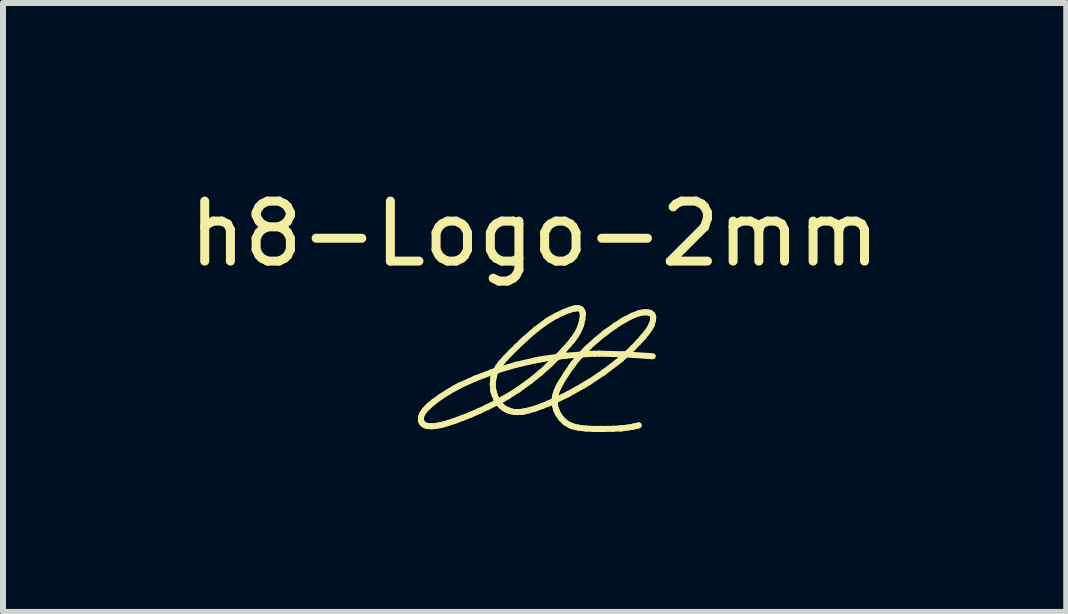
<source format=kicad_pcb>
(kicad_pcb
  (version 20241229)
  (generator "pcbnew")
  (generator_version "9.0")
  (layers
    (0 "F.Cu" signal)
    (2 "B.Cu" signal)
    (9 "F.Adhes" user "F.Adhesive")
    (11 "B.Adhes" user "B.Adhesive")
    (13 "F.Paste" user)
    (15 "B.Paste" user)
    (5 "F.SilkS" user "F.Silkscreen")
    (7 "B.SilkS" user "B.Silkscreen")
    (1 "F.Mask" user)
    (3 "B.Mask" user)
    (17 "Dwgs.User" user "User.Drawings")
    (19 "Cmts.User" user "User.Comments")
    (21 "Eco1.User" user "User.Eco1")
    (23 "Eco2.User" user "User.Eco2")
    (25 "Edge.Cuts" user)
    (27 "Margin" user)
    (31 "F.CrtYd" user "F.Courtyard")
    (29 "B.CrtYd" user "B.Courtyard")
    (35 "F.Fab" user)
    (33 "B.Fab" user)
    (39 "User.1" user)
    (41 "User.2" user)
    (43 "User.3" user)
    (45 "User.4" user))
  (footprint "h8-Logo-2mm"
    (layer "F.Cu")
    (at 5.863 2.848)
    (property "Reference" "h8-Logo-2mm" (at 0 -2 0) (layer "F.SilkS") (effects (font (size 1 1) (thickness 0.15))))
    (attr through_hole)
    (fp_line (start -1.896 1.097) (end -1.894 1.109) (stroke (width 0.1) (type solid)) (layer "F.SilkS"))
    (fp_line (start -1.894 1.057) (end -1.896 1.097) (stroke (width 0.1) (type solid)) (layer "F.SilkS"))
    (fp_line (start -1.894 1.109) (end -1.892 1.116) (stroke (width 0.1) (type solid)) (layer "F.SilkS"))
    (fp_line (start -1.892 1.116) (end -1.886 1.135) (stroke (width 0.1) (type solid)) (layer "F.SilkS"))
    (fp_line (start -1.886 1.135) (end -1.872 1.159) (stroke (width 0.1) (type solid)) (layer "F.SilkS"))
    (fp_line (start -1.875 1.002) (end -1.894 1.057) (stroke (width 0.1) (type solid)) (layer "F.SilkS"))
    (fp_line (start -1.872 1.159) (end -1.849 1.18) (stroke (width 0.1) (type solid)) (layer "F.SilkS"))
    (fp_line (start -1.849 1.18) (end -1.817 1.196) (stroke (width 0.1) (type solid)) (layer "F.SilkS"))
    (fp_line (start -1.833 0.942) (end -1.875 1.002) (stroke (width 0.1) (type solid)) (layer "F.SilkS"))
    (fp_line (start -1.817 1.196) (end -1.774 1.206) (stroke (width 0.1) (type solid)) (layer "F.SilkS"))
    (fp_line (start -1.785 0.89) (end -1.833 0.942) (stroke (width 0.1) (type solid)) (layer "F.SilkS"))
    (fp_line (start -1.774 1.206) (end -1.718 1.209) (stroke (width 0.1) (type solid)) (layer "F.SilkS"))
    (fp_line (start -1.768 0.875) (end -1.785 0.89) (stroke (width 0.1) (type solid)) (layer "F.SilkS"))
    (fp_line (start -1.747 0.855) (end -1.768 0.875) (stroke (width 0.1) (type solid)) (layer "F.SilkS"))
    (fp_line (start -1.718 1.209) (end -1.646 1.203) (stroke (width 0.1) (type solid)) (layer "F.SilkS"))
    (fp_line (start -1.679 0.799) (end -1.747 0.855) (stroke (width 0.1) (type solid)) (layer "F.SilkS"))
    (fp_line (start -1.646 1.203) (end -1.581 1.191) (stroke (width 0.1) (type solid)) (layer "F.SilkS"))
    (fp_line (start -1.581 1.191) (end -1.559 1.186) (stroke (width 0.1) (type solid)) (layer "F.SilkS"))
    (fp_line (start -1.568 0.718) (end -1.679 0.799) (stroke (width 0.1) (type solid)) (layer "F.SilkS"))
    (fp_line (start -1.559 1.186) (end -1.532 1.18) (stroke (width 0.1) (type solid)) (layer "F.SilkS"))
    (fp_line (start -1.532 1.18) (end -1.454 1.158) (stroke (width 0.1) (type solid)) (layer "F.SilkS"))
    (fp_line (start -1.454 1.158) (end -1.335 1.119) (stroke (width 0.1) (type solid)) (layer "F.SilkS"))
    (fp_line (start -1.44 0.636) (end -1.568 0.718) (stroke (width 0.1) (type solid)) (layer "F.SilkS"))
    (fp_line (start -1.335 0.575) (end -1.44 0.636) (stroke (width 0.1) (type solid)) (layer "F.SilkS"))
    (fp_line (start -1.335 1.119) (end -1.205 1.071) (stroke (width 0.1) (type solid)) (layer "F.SilkS"))
    (fp_line (start -1.299 0.556) (end -1.335 0.575) (stroke (width 0.1) (type solid)) (layer "F.SilkS"))
    (fp_line (start -1.251 0.53) (end -1.299 0.556) (stroke (width 0.1) (type solid)) (layer "F.SilkS"))
    (fp_line (start -1.205 1.071) (end -1.067 1.016) (stroke (width 0.1) (type solid)) (layer "F.SilkS"))
    (fp_line (start -1.067 1.016) (end -0.925 0.954) (stroke (width 0.1) (type solid)) (layer "F.SilkS"))
    (fp_line (start -0.99 0.412) (end -1.251 0.53) (stroke (width 0.1) (type solid)) (layer "F.SilkS"))
    (fp_line (start -0.925 0.954) (end -0.783 0.887) (stroke (width 0.1) (type solid)) (layer "F.SilkS"))
    (fp_line (start -0.783 0.887) (end -0.643 0.817) (stroke (width 0.1) (type solid)) (layer "F.SilkS"))
    (fp_line (start -0.713 0.307) (end -0.99 0.412) (stroke (width 0.1) (type solid)) (layer "F.SilkS"))
    (fp_line (start -0.698 0.505) (end -0.69 0.605) (stroke (width 0.1) (type solid)) (layer "F.SilkS"))
    (fp_line (start -0.69 0.605) (end -0.686 0.625) (stroke (width 0.1) (type solid)) (layer "F.SilkS"))
    (fp_line (start -0.688 0.41) (end -0.698 0.505) (stroke (width 0.1) (type solid)) (layer "F.SilkS"))
    (fp_line (start -0.686 0.625) (end -0.682 0.64) (stroke (width 0.1) (type solid)) (layer "F.SilkS"))
    (fp_line (start -0.684 0.392) (end -0.688 0.41) (stroke (width 0.1) (type solid)) (layer "F.SilkS"))
    (fp_line (start -0.682 0.64) (end -0.668 0.684) (stroke (width 0.1) (type solid)) (layer "F.SilkS"))
    (fp_line (start -0.681 0.378) (end -0.684 0.392) (stroke (width 0.1) (type solid)) (layer "F.SilkS"))
    (fp_line (start -0.67 0.338) (end -0.681 0.378) (stroke (width 0.1) (type solid)) (layer "F.SilkS"))
    (fp_line (start -0.668 0.684) (end -0.644 0.74) (stroke (width 0.1) (type solid)) (layer "F.SilkS"))
    (fp_line (start -0.656 0.288) (end -0.713 0.307) (stroke (width 0.1) (type solid)) (layer "F.SilkS"))
    (fp_line (start -0.647 0.284) (end -0.67 0.338) (stroke (width 0.1) (type solid)) (layer "F.SilkS"))
    (fp_line (start -0.644 0.74) (end -0.616 0.792) (stroke (width 0.1) (type solid)) (layer "F.SilkS"))
    (fp_line (start -0.643 0.817) (end -0.544 0.764) (stroke (width 0.1) (type solid)) (layer "F.SilkS"))
    (fp_line (start -0.616 0.792) (end -0.593 0.826) (stroke (width 0.1) (type solid)) (layer "F.SilkS"))
    (fp_line (start -0.611 0.224) (end -0.647 0.284) (stroke (width 0.1) (type solid)) (layer "F.SilkS"))
    (fp_line (start -0.6 0.269) (end -0.656 0.288) (stroke (width 0.1) (type solid)) (layer "F.SilkS"))
    (fp_line (start -0.593 0.826) (end -0.585 0.837) (stroke (width 0.1) (type solid)) (layer "F.SilkS"))
    (fp_line (start -0.585 0.837) (end -0.577 0.846) (stroke (width 0.1) (type solid)) (layer "F.SilkS"))
    (fp_line (start -0.577 0.846) (end -0.553 0.873) (stroke (width 0.1) (type solid)) (layer "F.SilkS"))
    (fp_line (start -0.572 0.171) (end -0.611 0.224) (stroke (width 0.1) (type solid)) (layer "F.SilkS"))
    (fp_line (start -0.558 0.155) (end -0.572 0.171) (stroke (width 0.1) (type solid)) (layer "F.SilkS"))
    (fp_line (start -0.553 0.873) (end -0.519 0.902) (stroke (width 0.1) (type solid)) (layer "F.SilkS"))
    (fp_line (start -0.544 0.764) (end -0.511 0.745) (stroke (width 0.1) (type solid)) (layer "F.SilkS"))
    (fp_line (start -0.541 0.133) (end -0.558 0.155) (stroke (width 0.1) (type solid)) (layer "F.SilkS"))
    (fp_line (start -0.519 0.902) (end -0.482 0.925) (stroke (width 0.1) (type solid)) (layer "F.SilkS"))
    (fp_line (start -0.511 0.745) (end -0.45 0.711) (stroke (width 0.1) (type solid)) (layer "F.SilkS"))
    (fp_line (start -0.486 0.072) (end -0.541 0.133) (stroke (width 0.1) (type solid)) (layer "F.SilkS"))
    (fp_line (start -0.482 0.925) (end -0.451 0.939) (stroke (width 0.1) (type solid)) (layer "F.SilkS"))
    (fp_line (start -0.451 0.939) (end -0.44 0.944) (stroke (width 0.1) (type solid)) (layer "F.SilkS"))
    (fp_line (start -0.45 0.711) (end -0.274 0.599) (stroke (width 0.1) (type solid)) (layer "F.SilkS"))
    (fp_line (start -0.44 0.944) (end -0.429 0.948) (stroke (width 0.1) (type solid)) (layer "F.SilkS"))
    (fp_line (start -0.429 0.948) (end -0.393 0.959) (stroke (width 0.1) (type solid)) (layer "F.SilkS"))
    (fp_line (start -0.397 -0.021) (end -0.486 0.072) (stroke (width 0.1) (type solid)) (layer "F.SilkS"))
    (fp_line (start -0.393 0.959) (end -0.339 0.97) (stroke (width 0.1) (type solid)) (layer "F.SilkS"))
    (fp_line (start -0.339 0.97) (end -0.273 0.972) (stroke (width 0.1) (type solid)) (layer "F.SilkS"))
    (fp_line (start -0.306 0.183) (end -0.6 0.269) (stroke (width 0.1) (type solid)) (layer "F.SilkS"))
    (fp_line (start -0.298 -0.119) (end -0.397 -0.021) (stroke (width 0.1) (type solid)) (layer "F.SilkS"))
    (fp_line (start -0.274 0.599) (end -0.072 0.454) (stroke (width 0.1) (type solid)) (layer "F.SilkS"))
    (fp_line (start -0.273 0.972) (end -0.214 0.968) (stroke (width 0.1) (type solid)) (layer "F.SilkS"))
    (fp_line (start -0.22 -0.193) (end -0.298 -0.119) (stroke (width 0.1) (type solid)) (layer "F.SilkS"))
    (fp_line (start -0.214 0.968) (end -0.194 0.965) (stroke (width 0.1) (type solid)) (layer "F.SilkS"))
    (fp_line (start -0.194 0.965) (end -0.171 0.961) (stroke (width 0.1) (type solid)) (layer "F.SilkS"))
    (fp_line (start -0.194 -0.218) (end -0.22 -0.193) (stroke (width 0.1) (type solid)) (layer "F.SilkS"))
    (fp_line (start -0.171 0.961) (end -0.101 0.945) (stroke (width 0.1) (type solid)) (layer "F.SilkS"))
    (fp_line (start -0.159 -0.25) (end -0.194 -0.218) (stroke (width 0.1) (type solid)) (layer "F.SilkS"))
    (fp_line (start -0.101 0.945) (end 0.007 0.914) (stroke (width 0.1) (type solid)) (layer "F.SilkS"))
    (fp_line (start -0.072 0.454) (end 0.1 0.314) (stroke (width 0.1) (type solid)) (layer "F.SilkS"))
    (fp_line (start 0.007 0.914) (end 0.128 0.87) (stroke (width 0.1) (type solid)) (layer "F.SilkS"))
    (fp_line (start 0.013 0.11) (end -0.306 0.183) (stroke (width 0.1) (type solid)) (layer "F.SilkS"))
    (fp_line (start 0.018 -0.404) (end -0.159 -0.25) (stroke (width 0.1) (type solid)) (layer "F.SilkS"))
    (fp_line (start 0.082 0.097) (end 0.013 0.11) (stroke (width 0.1) (type solid)) (layer "F.SilkS"))
    (fp_line (start 0.1 0.314) (end 0.21 0.215) (stroke (width 0.1) (type solid)) (layer "F.SilkS"))
    (fp_line (start 0.128 0.87) (end 0.227 0.83) (stroke (width 0.1) (type solid)) (layer "F.SilkS"))
    (fp_line (start 0.151 0.084) (end 0.082 0.097) (stroke (width 0.1) (type solid)) (layer "F.SilkS"))
    (fp_line (start 0.204 -0.542) (end 0.018 -0.404) (stroke (width 0.1) (type solid)) (layer "F.SilkS"))
    (fp_line (start 0.21 0.215) (end 0.247 0.181) (stroke (width 0.1) (type solid)) (layer "F.SilkS"))
    (fp_line (start 0.227 0.83) (end 0.26 0.816) (stroke (width 0.1) (type solid)) (layer "F.SilkS"))
    (fp_line (start 0.244 -0.567) (end 0.204 -0.542) (stroke (width 0.1) (type solid)) (layer "F.SilkS"))
    (fp_line (start 0.247 0.181) (end 0.279 0.151) (stroke (width 0.1) (type solid)) (layer "F.SilkS"))
    (fp_line (start 0.26 0.816) (end 0.306 0.796) (stroke (width 0.1) (type solid)) (layer "F.SilkS"))
    (fp_line (start 0.273 -0.585) (end 0.244 -0.567) (stroke (width 0.1) (type solid)) (layer "F.SilkS"))
    (fp_line (start 0.279 0.151) (end 0.373 0.059) (stroke (width 0.1) (type solid)) (layer "F.SilkS"))
    (fp_line (start 0.306 0.796) (end 0.551 0.676) (stroke (width 0.1) (type solid)) (layer "F.SilkS"))
    (fp_line (start 0.334 0.817) (end 0.343 0.874) (stroke (width 0.1) (type solid)) (layer "F.SilkS"))
    (fp_line (start 0.334 0.766) (end 0.334 0.817) (stroke (width 0.1) (type solid)) (layer "F.SilkS"))
    (fp_line (start 0.338 0.729) (end 0.334 0.766) (stroke (width 0.1) (type solid)) (layer "F.SilkS"))
    (fp_line (start 0.341 0.717) (end 0.338 0.729) (stroke (width 0.1) (type solid)) (layer "F.SilkS"))
    (fp_line (start 0.343 0.874) (end 0.356 0.923) (stroke (width 0.1) (type solid)) (layer "F.SilkS"))
    (fp_line (start 0.343 0.705) (end 0.341 0.717) (stroke (width 0.1) (type solid)) (layer "F.SilkS"))
    (fp_line (start 0.352 0.67) (end 0.343 0.705) (stroke (width 0.1) (type solid)) (layer "F.SilkS"))
    (fp_line (start 0.356 0.923) (end 0.362 0.938) (stroke (width 0.1) (type solid)) (layer "F.SilkS"))
    (fp_line (start 0.362 0.938) (end 0.369 0.956) (stroke (width 0.1) (type solid)) (layer "F.SilkS"))
    (fp_line (start 0.364 -0.636) (end 0.273 -0.585) (stroke (width 0.1) (type solid)) (layer "F.SilkS"))
    (fp_line (start 0.368 0.621) (end 0.352 0.67) (stroke (width 0.1) (type solid)) (layer "F.SilkS"))
    (fp_line (start 0.369 0.956) (end 0.395 1.009) (stroke (width 0.1) (type solid)) (layer "F.SilkS"))
    (fp_line (start 0.373 0.059) (end 0.479 -0.051) (stroke (width 0.1) (type solid)) (layer "F.SilkS"))
    (fp_line (start 0.392 0.567) (end 0.368 0.621) (stroke (width 0.1) (type solid)) (layer "F.SilkS"))
    (fp_line (start 0.395 1.009) (end 0.445 1.081) (stroke (width 0.1) (type solid)) (layer "F.SilkS"))
    (fp_line (start 0.416 0.52) (end 0.392 0.567) (stroke (width 0.1) (type solid)) (layer "F.SilkS"))
    (fp_line (start 0.425 0.505) (end 0.416 0.52) (stroke (width 0.1) (type solid)) (layer "F.SilkS"))
    (fp_line (start 0.437 0.482) (end 0.425 0.505) (stroke (width 0.1) (type solid)) (layer "F.SilkS"))
    (fp_line (start 0.445 1.081) (end 0.514 1.147) (stroke (width 0.1) (type solid)) (layer "F.SilkS"))
    (fp_line (start 0.479 -0.051) (end 0.567 -0.149) (stroke (width 0.1) (type solid)) (layer "F.SilkS"))
    (fp_line (start 0.483 -0.693) (end 0.364 -0.636) (stroke (width 0.1) (type solid)) (layer "F.SilkS"))
    (fp_line (start 0.514 1.147) (end 0.583 1.189) (stroke (width 0.1) (type solid)) (layer "F.SilkS"))
    (fp_line (start 0.517 0.352) (end 0.437 0.482) (stroke (width 0.1) (type solid)) (layer "F.SilkS"))
    (fp_line (start 0.524 0.032) (end 0.151 0.084) (stroke (width 0.1) (type solid)) (layer "F.SilkS"))
    (fp_line (start 0.551 0.676) (end 0.805 0.534) (stroke (width 0.1) (type solid)) (layer "F.SilkS"))
    (fp_line (start 0.567 -0.149) (end 0.62 -0.213) (stroke (width 0.1) (type solid)) (layer "F.SilkS"))
    (fp_line (start 0.583 1.189) (end 0.608 1.199) (stroke (width 0.1) (type solid)) (layer "F.SilkS"))
    (fp_line (start 0.59 -0.734) (end 0.483 -0.693) (stroke (width 0.1) (type solid)) (layer "F.SilkS"))
    (fp_line (start 0.608 1.199) (end 0.636 1.21) (stroke (width 0.1) (type solid)) (layer "F.SilkS"))
    (fp_line (start 0.611 0.213) (end 0.517 0.352) (stroke (width 0.1) (type solid)) (layer "F.SilkS"))
    (fp_line (start 0.62 -0.213) (end 0.637 -0.235) (stroke (width 0.1) (type solid)) (layer "F.SilkS"))
    (fp_line (start 0.631 0.187) (end 0.611 0.213) (stroke (width 0.1) (type solid)) (layer "F.SilkS"))
    (fp_line (start 0.636 1.21) (end 0.725 1.231) (stroke (width 0.1) (type solid)) (layer "F.SilkS"))
    (fp_line (start 0.637 -0.235) (end 0.651 -0.253) (stroke (width 0.1) (type solid)) (layer "F.SilkS"))
    (fp_line (start 0.65 0.16) (end 0.631 0.187) (stroke (width 0.1) (type solid)) (layer "F.SilkS"))
    (fp_line (start 0.651 -0.253) (end 0.689 -0.308) (stroke (width 0.1) (type solid)) (layer "F.SilkS"))
    (fp_line (start 0.655 -0.753) (end 0.59 -0.734) (stroke (width 0.1) (type solid)) (layer "F.SilkS"))
    (fp_line (start 0.677 -0.756) (end 0.655 -0.753) (stroke (width 0.1) (type solid)) (layer "F.SilkS"))
    (fp_line (start 0.689 -0.308) (end 0.727 -0.371) (stroke (width 0.1) (type solid)) (layer "F.SilkS"))
    (fp_line (start 0.692 -0.759) (end 0.677 -0.756) (stroke (width 0.1) (type solid)) (layer "F.SilkS"))
    (fp_line (start 0.725 1.231) (end 0.858 1.247) (stroke (width 0.1) (type solid)) (layer "F.SilkS"))
    (fp_line (start 0.727 -0.371) (end 0.753 -0.428) (stroke (width 0.1) (type solid)) (layer "F.SilkS"))
    (fp_line (start 0.737 -0.758) (end 0.692 -0.759) (stroke (width 0.1) (type solid)) (layer "F.SilkS"))
    (fp_line (start 0.752 0.038) (end 0.65 0.16) (stroke (width 0.1) (type solid)) (layer "F.SilkS"))
    (fp_line (start 0.753 -0.428) (end 0.768 -0.467) (stroke (width 0.1) (type solid)) (layer "F.SilkS"))
    (fp_line (start 0.768 -0.467) (end 0.773 -0.481) (stroke (width 0.1) (type solid)) (layer "F.SilkS"))
    (fp_line (start 0.773 -0.481) (end 0.778 -0.498) (stroke (width 0.1) (type solid)) (layer "F.SilkS"))
    (fp_line (start 0.775 -0.741) (end 0.737 -0.758) (stroke (width 0.1) (type solid)) (layer "F.SilkS"))
    (fp_line (start 0.778 -0.498) (end 0.797 -0.581) (stroke (width 0.1) (type solid)) (layer "F.SilkS"))
    (fp_line (start 0.794 -0.71) (end 0.775 -0.741) (stroke (width 0.1) (type solid)) (layer "F.SilkS"))
    (fp_line (start 0.797 -0.581) (end 0.803 -0.657) (stroke (width 0.1) (type solid)) (layer "F.SilkS"))
    (fp_line (start 0.801 -0.681) (end 0.794 -0.71) (stroke (width 0.1) (type solid)) (layer "F.SilkS"))
    (fp_line (start 0.802 -0.671) (end 0.801 -0.681) (stroke (width 0.1) (type solid)) (layer "F.SilkS"))
    (fp_line (start 0.803 -0.657) (end 0.802 -0.671) (stroke (width 0.1) (type solid)) (layer "F.SilkS"))
    (fp_line (start 0.805 0.534) (end 0.856 0.503) (stroke (width 0.1) (type solid)) (layer "F.SilkS"))
    (fp_line (start 0.856 0.503) (end 0.907 0.473) (stroke (width 0.1) (type solid)) (layer "F.SilkS"))
    (fp_line (start 0.858 1.247) (end 0.992 1.253) (stroke (width 0.1) (type solid)) (layer "F.SilkS"))
    (fp_line (start 0.861 -0.076) (end 0.752 0.038) (stroke (width 0.1) (type solid)) (layer "F.SilkS"))
    (fp_line (start 0.884 -0.098) (end 0.861 -0.076) (stroke (width 0.1) (type solid)) (layer "F.SilkS"))
    (fp_line (start 0.907 0.473) (end 1.152 0.31) (stroke (width 0.1) (type solid)) (layer "F.SilkS"))
    (fp_line (start 0.907 -0.12) (end 0.884 -0.098) (stroke (width 0.1) (type solid)) (layer "F.SilkS"))
    (fp_line (start 0.92 0.002) (end 0.524 0.032) (stroke (width 0.1) (type solid)) (layer "F.SilkS"))
    (fp_line (start 0.992 1.253) (end 1.085 1.253) (stroke (width 0.1) (type solid)) (layer "F.SilkS"))
    (fp_line (start 1 0) (end 0.92 0.002) (stroke (width 0.1) (type solid)) (layer "F.SilkS"))
    (fp_line (start 1.029 -0.229) (end 0.907 -0.12) (stroke (width 0.1) (type solid)) (layer "F.SilkS"))
    (fp_line (start 1.08 -0.002) (end 1 0) (stroke (width 0.1) (type solid)) (layer "F.SilkS"))
    (fp_line (start 1.085 1.253) (end 1.116 1.253) (stroke (width 0.1) (type solid)) (layer "F.SilkS"))
    (fp_line (start 1.116 1.253) (end 1.154 1.253) (stroke (width 0.1) (type solid)) (layer "F.SilkS"))
    (fp_line (start 1.152 0.31) (end 1.378 0.139) (stroke (width 0.1) (type solid)) (layer "F.SilkS"))
    (fp_line (start 1.154 1.253) (end 1.305 1.25) (stroke (width 0.1) (type solid)) (layer "F.SilkS"))
    (fp_line (start 1.157 -0.334) (end 1.029 -0.229) (stroke (width 0.1) (type solid)) (layer "F.SilkS"))
    (fp_line (start 1.183 -0.354) (end 1.157 -0.334) (stroke (width 0.1) (type solid)) (layer "F.SilkS"))
    (fp_line (start 1.209 -0.373) (end 1.183 -0.354) (stroke (width 0.1) (type solid)) (layer "F.SilkS"))
    (fp_line (start 1.305 1.25) (end 1.419 1.245) (stroke (width 0.1) (type solid)) (layer "F.SilkS"))
    (fp_line (start 1.337 -0.465) (end 1.209 -0.373) (stroke (width 0.1) (type solid)) (layer "F.SilkS"))
    (fp_line (start 1.378 0.139) (end 1.42 0.104) (stroke (width 0.1) (type solid)) (layer "F.SilkS"))
    (fp_line (start 1.419 1.245) (end 1.439 1.243) (stroke (width 0.1) (type solid)) (layer "F.SilkS"))
    (fp_line (start 1.42 0.104) (end 1.45 0.079) (stroke (width 0.1) (type solid)) (layer "F.SilkS"))
    (fp_line (start 1.439 1.243) (end 1.458 1.242) (stroke (width 0.1) (type solid)) (layer "F.SilkS"))
    (fp_line (start 1.45 0.079) (end 1.537 0.00049) (stroke (width 0.1) (type solid)) (layer "F.SilkS"))
    (fp_line (start 1.458 1.242) (end 1.547 1.231) (stroke (width 0.1) (type solid)) (layer "F.SilkS"))
    (fp_line (start 1.463 -0.546) (end 1.337 -0.465) (stroke (width 0.1) (type solid)) (layer "F.SilkS"))
    (fp_line (start 1.484 0.009) (end 1.08 -0.002) (stroke (width 0.1) (type solid)) (layer "F.SilkS"))
    (fp_line (start 1.487 -0.56) (end 1.463 -0.546) (stroke (width 0.1) (type solid)) (layer "F.SilkS"))
    (fp_line (start 1.512 -0.574) (end 1.487 -0.56) (stroke (width 0.1) (type solid)) (layer "F.SilkS"))
    (fp_line (start 1.537 0.00049) (end 1.642 -0.1) (stroke (width 0.1) (type solid)) (layer "F.SilkS"))
    (fp_line (start 1.547 1.231) (end 1.621 1.219) (stroke (width 0.1) (type solid)) (layer "F.SilkS"))
    (fp_line (start 1.621 1.219) (end 1.633 1.217) (stroke (width 0.1) (type solid)) (layer "F.SilkS"))
    (fp_line (start 1.629 -0.634) (end 1.512 -0.574) (stroke (width 0.1) (type solid)) (layer "F.SilkS"))
    (fp_line (start 1.633 1.217) (end 1.644 1.215) (stroke (width 0.1) (type solid)) (layer "F.SilkS"))
    (fp_line (start 1.642 -0.1) (end 1.731 -0.193) (stroke (width 0.1) (type solid)) (layer "F.SilkS"))
    (fp_line (start 1.644 1.215) (end 1.692 1.204) (stroke (width 0.1) (type solid)) (layer "F.SilkS"))
    (fp_line (start 1.692 1.204) (end 1.729 1.195) (stroke (width 0.1) (type solid)) (layer "F.SilkS"))
    (fp_line (start 1.729 1.195) (end 1.736 1.193) (stroke (width 0.1) (type solid)) (layer "F.SilkS"))
    (fp_line (start 1.731 -0.193) (end 1.787 -0.254) (stroke (width 0.1) (type solid)) (layer "F.SilkS"))
    (fp_line (start 1.735 -0.674) (end 1.629 -0.634) (stroke (width 0.1) (type solid)) (layer "F.SilkS"))
    (fp_line (start 1.754 -0.679) (end 1.735 -0.674) (stroke (width 0.1) (type solid)) (layer "F.SilkS"))
    (fp_line (start 1.767 -0.682) (end 1.754 -0.679) (stroke (width 0.1) (type solid)) (layer "F.SilkS"))
    (fp_line (start 1.787 -0.254) (end 1.805 -0.274) (stroke (width 0.1) (type solid)) (layer "F.SilkS"))
    (fp_line (start 1.805 -0.274) (end 1.819 -0.291) (stroke (width 0.1) (type solid)) (layer "F.SilkS"))
    (fp_line (start 1.808 -0.689) (end 1.767 -0.682) (stroke (width 0.1) (type solid)) (layer "F.SilkS"))
    (fp_line (start 1.819 -0.291) (end 1.861 -0.342) (stroke (width 0.1) (type solid)) (layer "F.SilkS"))
    (fp_line (start 1.854 -0.692) (end 1.808 -0.689) (stroke (width 0.1) (type solid)) (layer "F.SilkS"))
    (fp_line (start 1.861 -0.342) (end 1.901 -0.397) (stroke (width 0.1) (type solid)) (layer "F.SilkS"))
    (fp_line (start 1.889 0.036) (end 1.484 0.009) (stroke (width 0.1) (type solid)) (layer "F.SilkS"))
    (fp_line (start 1.894 -0.689) (end 1.854 -0.692) (stroke (width 0.1) (type solid)) (layer "F.SilkS"))
    (fp_line (start 1.901 -0.397) (end 1.93 -0.442) (stroke (width 0.1) (type solid)) (layer "F.SilkS"))
    (fp_line (start 1.917 -0.683) (end 1.894 -0.689) (stroke (width 0.1) (type solid)) (layer "F.SilkS"))
    (fp_line (start 1.925 -0.68) (end 1.917 -0.683) (stroke (width 0.1) (type solid)) (layer "F.SilkS"))
    (fp_line (start 1.93 -0.442) (end 1.945 -0.471) (stroke (width 0.1) (type solid)) (layer "F.SilkS"))
    (fp_line (start 1.934 -0.677) (end 1.925 -0.68) (stroke (width 0.1) (type solid)) (layer "F.SilkS"))
    (fp_line (start 1.945 -0.471) (end 1.949 -0.481) (stroke (width 0.1) (type solid)) (layer "F.SilkS"))
    (fp_line (start 1.949 -0.481) (end 1.955 -0.494) (stroke (width 0.1) (type solid)) (layer "F.SilkS"))
    (fp_line (start 1.955 -0.494) (end 1.972 -0.553) (stroke (width 0.1) (type solid)) (layer "F.SilkS"))
    (fp_line (start 1.963 -0.653) (end 1.934 -0.677) (stroke (width 0.1) (type solid)) (layer "F.SilkS"))
    (fp_line (start 1.97 0.042) (end 1.889 0.036) (stroke (width 0.1) (type solid)) (layer "F.SilkS"))
    (fp_line (start 1.972 -0.553) (end 1.977 -0.602) (stroke (width 0.1) (type solid)) (layer "F.SilkS"))
    (fp_line (start 1.975 -0.619) (end 1.963 -0.653) (stroke (width 0.1) (type solid)) (layer "F.SilkS"))
    (fp_line (start 1.976 -0.611) (end 1.975 -0.619) (stroke (width 0.1) (type solid)) (layer "F.SilkS"))
    (fp_line (start 1.977 -0.602) (end 1.976 -0.611) (stroke (width 0.1) (type solid)) (layer "F.SilkS")))
  (gr_rect
    (start -3 -3)
    (end 14.726 7.152)
    (stroke (width 0.1) (type default))
    (fill no)
    (layer "Edge.Cuts")))
</source>
